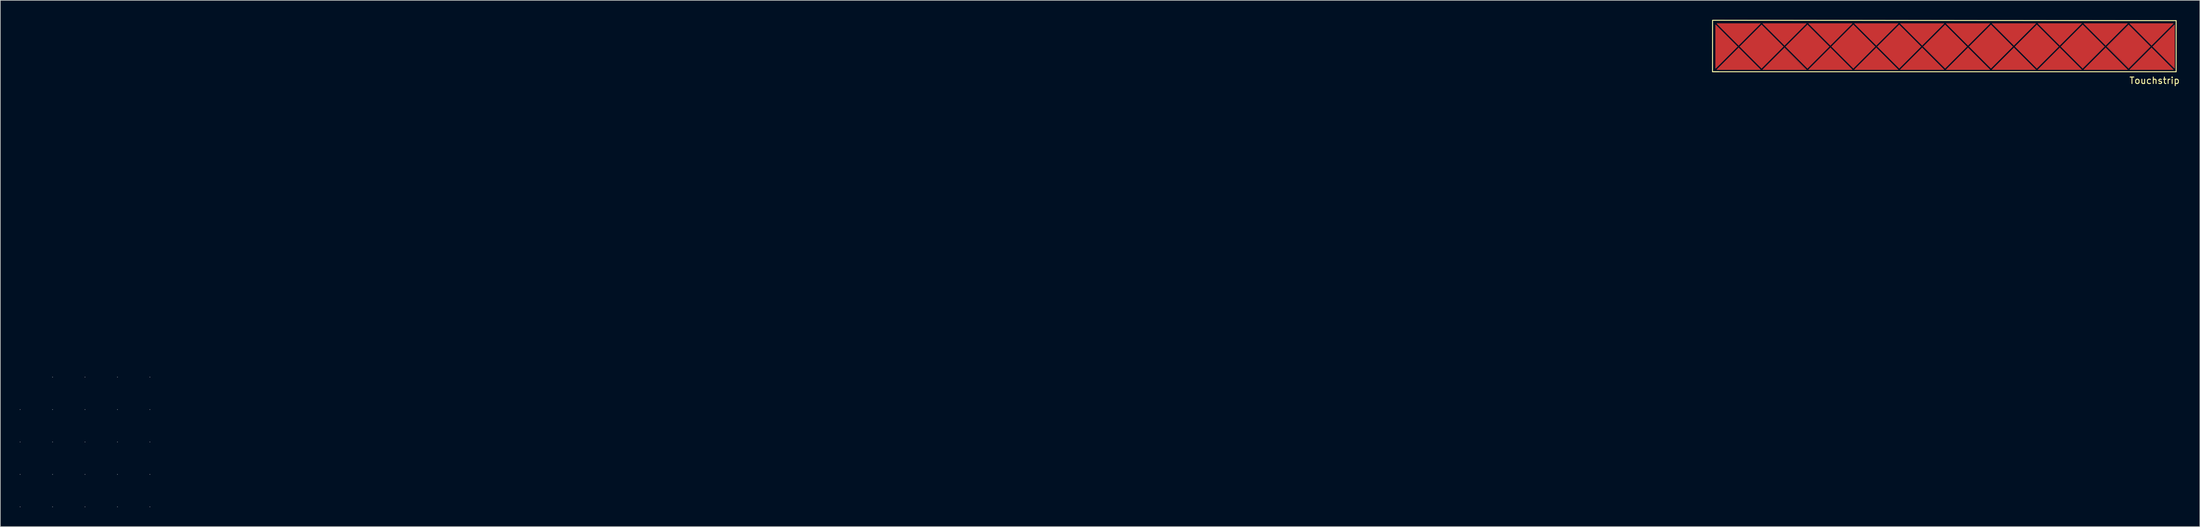
<source format=kicad_pcb>
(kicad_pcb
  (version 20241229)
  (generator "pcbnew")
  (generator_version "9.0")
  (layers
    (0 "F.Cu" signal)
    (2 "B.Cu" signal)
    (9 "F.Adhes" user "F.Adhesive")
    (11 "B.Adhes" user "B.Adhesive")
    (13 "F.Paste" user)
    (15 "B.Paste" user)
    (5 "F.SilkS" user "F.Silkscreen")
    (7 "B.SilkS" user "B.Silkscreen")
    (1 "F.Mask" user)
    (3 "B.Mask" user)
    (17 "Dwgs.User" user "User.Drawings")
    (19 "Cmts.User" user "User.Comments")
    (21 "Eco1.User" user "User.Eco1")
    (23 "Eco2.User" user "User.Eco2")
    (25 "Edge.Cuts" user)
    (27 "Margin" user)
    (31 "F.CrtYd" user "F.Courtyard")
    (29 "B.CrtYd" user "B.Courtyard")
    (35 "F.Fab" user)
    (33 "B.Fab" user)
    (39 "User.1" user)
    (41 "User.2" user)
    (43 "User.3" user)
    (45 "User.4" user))
  (footprint "Touchstrip"
    (layer "F.Cu")
    (at 296.707 4.149)
    (property "Reference" "Touchstrip" (at 32.273 5.222 0) (layer "F.SilkS") (effects (font (size 1 1) (thickness 0.15))))
    (attr through_hole)
    (fp_line (start -35.352 -3.339) (end -35.352 3.307) (stroke (width 0.1) (type solid)) (layer "F.Cu"))
    (fp_line (start -35.352 3.307) (end -32.029 -0.016) (stroke (width 0.1) (type solid)) (layer "F.Cu"))
    (fp_line (start -35.14 -3.551) (end -31.817 -0.228) (stroke (width 0.1) (type solid)) (layer "F.Cu"))
    (fp_line (start -35.14 3.519) (end -28.494 3.519) (stroke (width 0.1) (type solid)) (layer "F.Cu"))
    (fp_line (start -32.029 -0.016) (end -35.352 -3.339) (stroke (width 0.1) (type solid)) (layer "F.Cu"))
    (fp_line (start -31.817 -0.228) (end -28.494 -3.551) (stroke (width 0.1) (type solid)) (layer "F.Cu"))
    (fp_line (start -31.817 0.196) (end -35.14 3.519) (stroke (width 0.1) (type solid)) (layer "F.Cu"))
    (fp_line (start -31.605 -0.016) (end -28.282 3.307) (stroke (width 0.1) (type solid)) (layer "F.Cu"))
    (fp_line (start -28.494 -3.551) (end -35.14 -3.551) (stroke (width 0.1) (type solid)) (layer "F.Cu"))
    (fp_line (start -28.494 3.519) (end -31.817 0.196) (stroke (width 0.1) (type solid)) (layer "F.Cu"))
    (fp_line (start -28.282 -3.339) (end -31.605 -0.016) (stroke (width 0.1) (type solid)) (layer "F.Cu"))
    (fp_line (start -28.282 3.307) (end -24.959 -0.016) (stroke (width 0.1) (type solid)) (layer "F.Cu"))
    (fp_line (start -28.07 -3.551) (end -24.747 -0.228) (stroke (width 0.1) (type solid)) (layer "F.Cu"))
    (fp_line (start -28.07 3.519) (end -21.424 3.519) (stroke (width 0.1) (type solid)) (layer "F.Cu"))
    (fp_line (start -24.959 -0.016) (end -28.282 -3.339) (stroke (width 0.1) (type solid)) (layer "F.Cu"))
    (fp_line (start -24.747 -0.228) (end -21.424 -3.551) (stroke (width 0.1) (type solid)) (layer "F.Cu"))
    (fp_line (start -24.747 0.196) (end -28.07 3.519) (stroke (width 0.1) (type solid)) (layer "F.Cu"))
    (fp_line (start -24.535 -0.016) (end -21.212 3.307) (stroke (width 0.1) (type solid)) (layer "F.Cu"))
    (fp_line (start -21.424 -3.551) (end -28.07 -3.551) (stroke (width 0.1) (type solid)) (layer "F.Cu"))
    (fp_line (start -21.424 3.519) (end -24.747 0.196) (stroke (width 0.1) (type solid)) (layer "F.Cu"))
    (fp_line (start -21.212 -3.339) (end -24.535 -0.016) (stroke (width 0.1) (type solid)) (layer "F.Cu"))
    (fp_line (start -21.212 3.307) (end -17.889 -0.016) (stroke (width 0.1) (type solid)) (layer "F.Cu"))
    (fp_line (start -21 -3.551) (end -17.677 -0.228) (stroke (width 0.1) (type solid)) (layer "F.Cu"))
    (fp_line (start -21 3.519) (end -14.354 3.519) (stroke (width 0.1) (type solid)) (layer "F.Cu"))
    (fp_line (start -17.889 -0.016) (end -21.212 -3.339) (stroke (width 0.1) (type solid)) (layer "F.Cu"))
    (fp_line (start -17.677 -0.228) (end -14.354 -3.551) (stroke (width 0.1) (type solid)) (layer "F.Cu"))
    (fp_line (start -17.677 0.196) (end -21 3.519) (stroke (width 0.1) (type solid)) (layer "F.Cu"))
    (fp_line (start -17.465 -0.016) (end -14.142 3.307) (stroke (width 0.1) (type solid)) (layer "F.Cu"))
    (fp_line (start -14.354 -3.551) (end -21 -3.551) (stroke (width 0.1) (type solid)) (layer "F.Cu"))
    (fp_line (start -14.354 3.519) (end -17.677 0.196) (stroke (width 0.1) (type solid)) (layer "F.Cu"))
    (fp_line (start -14.142 -3.339) (end -17.465 -0.016) (stroke (width 0.1) (type solid)) (layer "F.Cu"))
    (fp_line (start -14.142 3.307) (end -10.819 -0.016) (stroke (width 0.1) (type solid)) (layer "F.Cu"))
    (fp_line (start -13.93 -3.551) (end -10.607 -0.228) (stroke (width 0.1) (type solid)) (layer "F.Cu"))
    (fp_line (start -13.93 3.519) (end -7.284 3.519) (stroke (width 0.1) (type solid)) (layer "F.Cu"))
    (fp_line (start -10.819 -0.016) (end -14.142 -3.339) (stroke (width 0.1) (type solid)) (layer "F.Cu"))
    (fp_line (start -10.607 -0.228) (end -7.284 -3.551) (stroke (width 0.1) (type solid)) (layer "F.Cu"))
    (fp_line (start -10.607 0.196) (end -13.93 3.519) (stroke (width 0.1) (type solid)) (layer "F.Cu"))
    (fp_line (start -10.395 -0.016) (end -7.072 3.307) (stroke (width 0.1) (type solid)) (layer "F.Cu"))
    (fp_line (start -7.284 -3.551) (end -13.93 -3.551) (stroke (width 0.1) (type solid)) (layer "F.Cu"))
    (fp_line (start -7.284 3.519) (end -10.607 0.196) (stroke (width 0.1) (type solid)) (layer "F.Cu"))
    (fp_line (start -7.072 -3.339) (end -10.395 -0.016) (stroke (width 0.1) (type solid)) (layer "F.Cu"))
    (fp_line (start -7.072 3.307) (end -3.749 -0.016) (stroke (width 0.1) (type solid)) (layer "F.Cu"))
    (fp_line (start -6.86 -3.551) (end -3.537 -0.228) (stroke (width 0.1) (type solid)) (layer "F.Cu"))
    (fp_line (start -6.86 3.519) (end -0.214 3.519) (stroke (width 0.1) (type solid)) (layer "F.Cu"))
    (fp_line (start -3.749 -0.016) (end -7.072 -3.339) (stroke (width 0.1) (type solid)) (layer "F.Cu"))
    (fp_line (start -3.537 -0.228) (end -0.214 -3.551) (stroke (width 0.1) (type solid)) (layer "F.Cu"))
    (fp_line (start -3.537 0.196) (end -6.86 3.519) (stroke (width 0.1) (type solid)) (layer "F.Cu"))
    (fp_line (start -3.325 -0.016) (end -0.002 3.307) (stroke (width 0.1) (type solid)) (layer "F.Cu"))
    (fp_line (start -0.214 -3.551) (end -6.86 -3.551) (stroke (width 0.1) (type solid)) (layer "F.Cu"))
    (fp_line (start -0.214 3.519) (end -3.537 0.196) (stroke (width 0.1) (type solid)) (layer "F.Cu"))
    (fp_line (start -0.002 -3.339) (end -3.325 -0.016) (stroke (width 0.1) (type solid)) (layer "F.Cu"))
    (fp_line (start -0.002 3.307) (end 3.321 -0.016) (stroke (width 0.1) (type solid)) (layer "F.Cu"))
    (fp_line (start 0.21 -3.551) (end 3.533 -0.228) (stroke (width 0.1) (type solid)) (layer "F.Cu"))
    (fp_line (start 0.21 3.519) (end 6.856 3.519) (stroke (width 0.1) (type solid)) (layer "F.Cu"))
    (fp_line (start 3.321 -0.016) (end -0.002 -3.339) (stroke (width 0.1) (type solid)) (layer "F.Cu"))
    (fp_line (start 3.533 -0.228) (end 6.856 -3.551) (stroke (width 0.1) (type solid)) (layer "F.Cu"))
    (fp_line (start 3.533 0.196) (end 0.21 3.519) (stroke (width 0.1) (type solid)) (layer "F.Cu"))
    (fp_line (start 3.745 -0.016) (end 7.068 3.307) (stroke (width 0.1) (type solid)) (layer "F.Cu"))
    (fp_line (start 6.856 -3.551) (end 0.21 -3.551) (stroke (width 0.1) (type solid)) (layer "F.Cu"))
    (fp_line (start 6.856 3.519) (end 3.533 0.196) (stroke (width 0.1) (type solid)) (layer "F.Cu"))
    (fp_line (start 7.068 -3.339) (end 3.745 -0.016) (stroke (width 0.1) (type solid)) (layer "F.Cu"))
    (fp_line (start 7.068 3.307) (end 10.391 -0.016) (stroke (width 0.1) (type solid)) (layer "F.Cu"))
    (fp_line (start 7.28 -3.551) (end 10.603 -0.228) (stroke (width 0.1) (type solid)) (layer "F.Cu"))
    (fp_line (start 7.28 3.519) (end 13.926 3.519) (stroke (width 0.1) (type solid)) (layer "F.Cu"))
    (fp_line (start 10.391 -0.016) (end 7.068 -3.339) (stroke (width 0.1) (type solid)) (layer "F.Cu"))
    (fp_line (start 10.603 -0.228) (end 13.926 -3.551) (stroke (width 0.1) (type solid)) (layer "F.Cu"))
    (fp_line (start 10.603 0.196) (end 7.28 3.519) (stroke (width 0.1) (type solid)) (layer "F.Cu"))
    (fp_line (start 10.815 -0.016) (end 14.138 3.307) (stroke (width 0.1) (type solid)) (layer "F.Cu"))
    (fp_line (start 13.926 -3.551) (end 7.28 -3.551) (stroke (width 0.1) (type solid)) (layer "F.Cu"))
    (fp_line (start 13.926 3.519) (end 10.603 0.196) (stroke (width 0.1) (type solid)) (layer "F.Cu"))
    (fp_line (start 14.138 -3.339) (end 10.815 -0.016) (stroke (width 0.1) (type solid)) (layer "F.Cu"))
    (fp_line (start 14.138 3.307) (end 17.461 -0.016) (stroke (width 0.1) (type solid)) (layer "F.Cu"))
    (fp_line (start 14.35 -3.551) (end 17.673 -0.228) (stroke (width 0.1) (type solid)) (layer "F.Cu"))
    (fp_line (start 14.35 3.519) (end 20.996 3.519) (stroke (width 0.1) (type solid)) (layer "F.Cu"))
    (fp_line (start 17.461 -0.016) (end 14.138 -3.339) (stroke (width 0.1) (type solid)) (layer "F.Cu"))
    (fp_line (start 17.673 -0.228) (end 20.996 -3.551) (stroke (width 0.1) (type solid)) (layer "F.Cu"))
    (fp_line (start 17.673 0.196) (end 14.35 3.519) (stroke (width 0.1) (type solid)) (layer "F.Cu"))
    (fp_line (start 17.885 -0.016) (end 21.208 3.307) (stroke (width 0.1) (type solid)) (layer "F.Cu"))
    (fp_line (start 20.996 -3.551) (end 14.35 -3.551) (stroke (width 0.1) (type solid)) (layer "F.Cu"))
    (fp_line (start 20.996 3.519) (end 17.673 0.196) (stroke (width 0.1) (type solid)) (layer "F.Cu"))
    (fp_line (start 21.208 -3.339) (end 17.885 -0.016) (stroke (width 0.1) (type solid)) (layer "F.Cu"))
    (fp_line (start 21.208 3.307) (end 24.531 -0.016) (stroke (width 0.1) (type solid)) (layer "F.Cu"))
    (fp_line (start 21.42 -3.551) (end 24.743 -0.228) (stroke (width 0.1) (type solid)) (layer "F.Cu"))
    (fp_line (start 21.42 3.519) (end 28.066 3.519) (stroke (width 0.1) (type solid)) (layer "F.Cu"))
    (fp_line (start 24.531 -0.016) (end 21.208 -3.339) (stroke (width 0.1) (type solid)) (layer "F.Cu"))
    (fp_line (start 24.743 -0.228) (end 28.066 -3.551) (stroke (width 0.1) (type solid)) (layer "F.Cu"))
    (fp_line (start 24.743 0.196) (end 21.42 3.519) (stroke (width 0.1) (type solid)) (layer "F.Cu"))
    (fp_line (start 24.955 -0.016) (end 28.278 3.307) (stroke (width 0.1) (type solid)) (layer "F.Cu"))
    (fp_line (start 28.066 -3.551) (end 21.42 -3.551) (stroke (width 0.1) (type solid)) (layer "F.Cu"))
    (fp_line (start 28.066 3.519) (end 24.743 0.196) (stroke (width 0.1) (type solid)) (layer "F.Cu"))
    (fp_line (start 28.278 -3.339) (end 24.955 -0.016) (stroke (width 0.1) (type solid)) (layer "F.Cu"))
    (fp_line (start 28.278 3.307) (end 31.601 -0.016) (stroke (width 0.1) (type solid)) (layer "F.Cu"))
    (fp_line (start 28.49 -3.551) (end 31.813 -0.228) (stroke (width 0.1) (type solid)) (layer "F.Cu"))
    (fp_line (start 28.49 3.519) (end 35.136 3.519) (stroke (width 0.1) (type solid)) (layer "F.Cu"))
    (fp_line (start 31.601 -0.016) (end 28.278 -3.339) (stroke (width 0.1) (type solid)) (layer "F.Cu"))
    (fp_line (start 31.813 -0.228) (end 35.136 -3.551) (stroke (width 0.1) (type solid)) (layer "F.Cu"))
    (fp_line (start 31.813 0.196) (end 28.49 3.519) (stroke (width 0.1) (type solid)) (layer "F.Cu"))
    (fp_line (start 32.025 -0.016) (end 35.348 3.307) (stroke (width 0.1) (type solid)) (layer "F.Cu"))
    (fp_line (start 35.136 -3.551) (end 28.49 -3.551) (stroke (width 0.1) (type solid)) (layer "F.Cu"))
    (fp_line (start 35.136 3.519) (end 31.813 0.196) (stroke (width 0.1) (type solid)) (layer "F.Cu"))
    (fp_line (start 35.348 -3.339) (end 32.025 -0.016) (stroke (width 0.1) (type solid)) (layer "F.Cu"))
    (fp_line (start 35.348 -3.339) (end 35.348 3.307) (stroke (width 0.1) (type solid)) (layer "F.Cu"))
    (fp_line (start -35.844 3.861) (end -34.869 3.856) (stroke (width 0.15) (type solid)) (layer "F.SilkS"))
    (fp_line (start -35.834 -4.069) (end -35.844 3.861) (stroke (width 0.15) (type solid)) (layer "F.SilkS"))
    (fp_line (start -35.814 -4.074) (end 35.606 -4.018) (stroke (width 0.15) (type solid)) (layer "F.SilkS"))
    (fp_line (start 35.606 -4.018) (end 35.606 3.861) (stroke (width 0.15) (type solid)) (layer "F.SilkS"))
    (fp_line (start 35.606 3.861) (end -35.702 3.861) (stroke (width 0.15) (type solid)) (layer "F.SilkS"))
    (fp_line (start -296.657 55.942) (end -296.657 55.942) (stroke (width 0.1) (type solid)) (layer "Dwgs.User"))
    (fp_line (start -296.657 60.942) (end -296.657 60.942) (stroke (width 0.1) (type solid)) (layer "Dwgs.User"))
    (fp_line (start -296.657 65.942) (end -296.657 65.942) (stroke (width 0.1) (type solid)) (layer "Dwgs.User"))
    (fp_line (start -296.657 70.942) (end -296.657 70.942) (stroke (width 0.1) (type solid)) (layer "Dwgs.User"))
    (fp_line (start -291.657 50.942) (end -291.657 50.942) (stroke (width 0.1) (type solid)) (layer "Dwgs.User"))
    (fp_line (start -291.657 55.942) (end -291.657 55.942) (stroke (width 0.1) (type solid)) (layer "Dwgs.User"))
    (fp_line (start -291.657 60.942) (end -291.657 60.942) (stroke (width 0.1) (type solid)) (layer "Dwgs.User"))
    (fp_line (start -291.657 65.942) (end -291.657 65.942) (stroke (width 0.1) (type solid)) (layer "Dwgs.User"))
    (fp_line (start -291.657 70.942) (end -291.657 70.942) (stroke (width 0.1) (type solid)) (layer "Dwgs.User"))
    (fp_line (start -286.657 50.942) (end -286.657 50.942) (stroke (width 0.1) (type solid)) (layer "Dwgs.User"))
    (fp_line (start -286.657 55.942) (end -286.657 55.942) (stroke (width 0.1) (type solid)) (layer "Dwgs.User"))
    (fp_line (start -286.657 60.942) (end -286.657 60.942) (stroke (width 0.1) (type solid)) (layer "Dwgs.User"))
    (fp_line (start -286.657 65.942) (end -286.657 65.942) (stroke (width 0.1) (type solid)) (layer "Dwgs.User"))
    (fp_line (start -286.657 70.942) (end -286.657 70.942) (stroke (width 0.1) (type solid)) (layer "Dwgs.User"))
    (fp_line (start -281.657 50.942) (end -281.657 50.942) (stroke (width 0.1) (type solid)) (layer "Dwgs.User"))
    (fp_line (start -281.657 55.942) (end -281.657 55.942) (stroke (width 0.1) (type solid)) (layer "Dwgs.User"))
    (fp_line (start -281.657 60.942) (end -281.657 60.942) (stroke (width 0.1) (type solid)) (layer "Dwgs.User"))
    (fp_line (start -281.657 65.942) (end -281.657 65.942) (stroke (width 0.1) (type solid)) (layer "Dwgs.User"))
    (fp_line (start -281.657 70.942) (end -281.657 70.942) (stroke (width 0.1) (type solid)) (layer "Dwgs.User"))
    (fp_line (start -276.657 50.942) (end -276.657 50.942) (stroke (width 0.1) (type solid)) (layer "Dwgs.User"))
    (fp_line (start -276.657 55.942) (end -276.657 55.942) (stroke (width 0.1) (type solid)) (layer "Dwgs.User"))
    (fp_line (start -276.657 60.942) (end -276.657 60.942) (stroke (width 0.1) (type solid)) (layer "Dwgs.User"))
    (fp_line (start -276.657 65.942) (end -276.657 65.942) (stroke (width 0.1) (type solid)) (layer "Dwgs.User"))
    (fp_line (start -276.657 70.942) (end -276.657 70.942) (stroke (width 0.1) (type solid)) (layer "Dwgs.User"))
    (pad "13" smd rect (at 28.285 -0.02 45) (size 4.6 4.6) (layers "F.Cu" "F.Mask" "F.Paste"))
    (pad "14" smd rect (at 21.184 -0.03 45) (size 4.65 4.65) (layers "F.Cu" "F.Mask" "F.Paste"))
    (pad "15" smd rect (at 14.133 -0.02 45) (size 4.65 4.65) (layers "F.Cu" "F.Mask" "F.Paste"))
    (pad "16" smd rect (at 7.082 -0.02 45) (size 4.65 4.65) (layers "F.Cu" "F.Mask" "F.Paste"))
    (pad "17" smd rect (at 0.03 -0.02 45) (size 4.65 4.65) (layers "F.Cu" "F.Mask" "F.Paste"))
    (pad "18" smd rect (at -7.061 -0.03 45) (size 4.7 4.7) (layers "F.Cu" "F.Mask" "F.Paste"))
    (pad "19" smd rect (at -14.148 -0.03 45) (size 4.7 4.7) (layers "F.Cu" "F.Mask" "F.Paste"))
    (pad "20" smd rect (at -21.234 0.02 45) (size 4.7 4.7) (layers "F.Cu" "F.Mask" "F.Paste"))
    (pad "21" smd rect (at -28.285 -0.041 45) (size 4.7 4.7) (layers "F.Cu" "F.Mask"))
    (pad "26" smd trapezoid (at 24.74 1.88) (size 3.3 3.3) (rect_delta 0 3.29) (layers "F.Cu" "F.Mask" "F.Paste"))
    (pad "27" smd trapezoid (at 31.821 1.89) (size 3.3 3.3) (rect_delta 0 3.29) (layers "F.Cu" "F.Mask" "F.Paste"))
    (pad "28" smd trapezoid (at 17.704 1.849) (size 3.3 3.3) (rect_delta 0 3.29) (layers "F.Cu" "F.Mask" "F.Paste"))
    (pad "29" smd trapezoid (at 10.602 1.834) (size 3.3 3.3) (rect_delta 0 3.29) (layers "F.Cu" "F.Mask" "F.Paste"))
    (pad "30" smd trapezoid (at 3.515 1.88) (size 3.3 3.3) (rect_delta 0 3.29) (layers "F.Cu" "F.Mask" "F.Paste"))
    (pad "31" smd trapezoid (at -3.526 1.854) (size 3.3 3.3) (rect_delta 0 3.29) (layers "F.Cu" "F.Mask" "F.Paste"))
    (pad "32" smd trapezoid (at -10.643 1.844) (size 3.3 3.3) (rect_delta 0 3.29) (layers "F.Cu" "F.Mask" "F.Paste"))
    (pad "33" smd trapezoid (at -17.699 1.849) (size 3.3 3.3) (rect_delta 0 3.29) (layers "F.Cu" "F.Mask" "F.Paste"))
    (pad "34" smd trapezoid (at -24.765 1.91) (size 3.3 3.3) (rect_delta 0 3.29) (layers "F.Cu" "F.Mask"))
    (pad "35" smd trapezoid (at -31.826 1.864) (size 3.3 3.3) (rect_delta 0 3.29) (layers "F.Cu" "F.Mask"))
    (pad "36" smd trapezoid (at 33.726 -0.02 90) (size 3.3 3.3) (rect_delta 0 3.29) (layers "F.Cu" "F.Mask" "F.Paste"))
    (pad "37" smd trapezoid (at -33.716 -0.015 270) (size 3.3 3.3) (rect_delta 0 3.29) (layers "F.Cu" "F.Mask"))
    (pad "38" smd trapezoid (at -31.852 -1.895 180) (size 3.3 3.3) (rect_delta 0 3.29) (layers "F.Cu" "F.Mask"))
    (pad "39" smd trapezoid (at -24.729 -1.905 180) (size 3.3 3.3) (rect_delta 0 3.29) (layers "F.Cu" "F.Mask"))
    (pad "40" smd trapezoid (at -17.668 -1.915 180) (size 3.3 3.3) (rect_delta 0 3.29) (layers "F.Cu" "F.Mask" "F.Paste"))
    (pad "41" smd trapezoid (at -10.582 -1.869 180) (size 3.3 3.3) (rect_delta 0 3.29) (layers "F.Cu" "F.Mask" "F.Paste"))
    (pad "42" smd trapezoid (at -3.571 -1.869 180) (size 3.3 3.3) (rect_delta 0 3.29) (layers "F.Cu" "F.Mask" "F.Paste"))
    (pad "43" smd trapezoid (at 3.5 -1.869 180) (size 3.3 3.3) (rect_delta 0 3.29) (layers "F.Cu" "F.Mask" "F.Paste"))
    (pad "44" smd trapezoid (at 10.638 -1.9 180) (size 3.3 3.3) (rect_delta 0 3.29) (layers "F.Cu" "F.Mask" "F.Paste"))
    (pad "45" smd trapezoid (at 17.678 -1.93 180) (size 3.3 3.3) (rect_delta 0 3.29) (layers "F.Cu" "F.Mask" "F.Paste"))
    (pad "46" smd trapezoid (at 24.75 -1.905 180) (size 3.3 3.3) (rect_delta 0 3.29) (layers "F.Cu" "F.Mask" "F.Paste"))
    (pad "47" smd trapezoid (at 31.821 -1.905 180) (size 3.3 3.3) (rect_delta 0 3.29) (layers "F.Cu" "F.Mask" "F.Paste")))
  (gr_rect
    (start -3 -3)
    (end 335.962 78.141)
    (stroke (width 0.1) (type default))
    (fill no)
    (layer "Edge.Cuts")))
</source>
